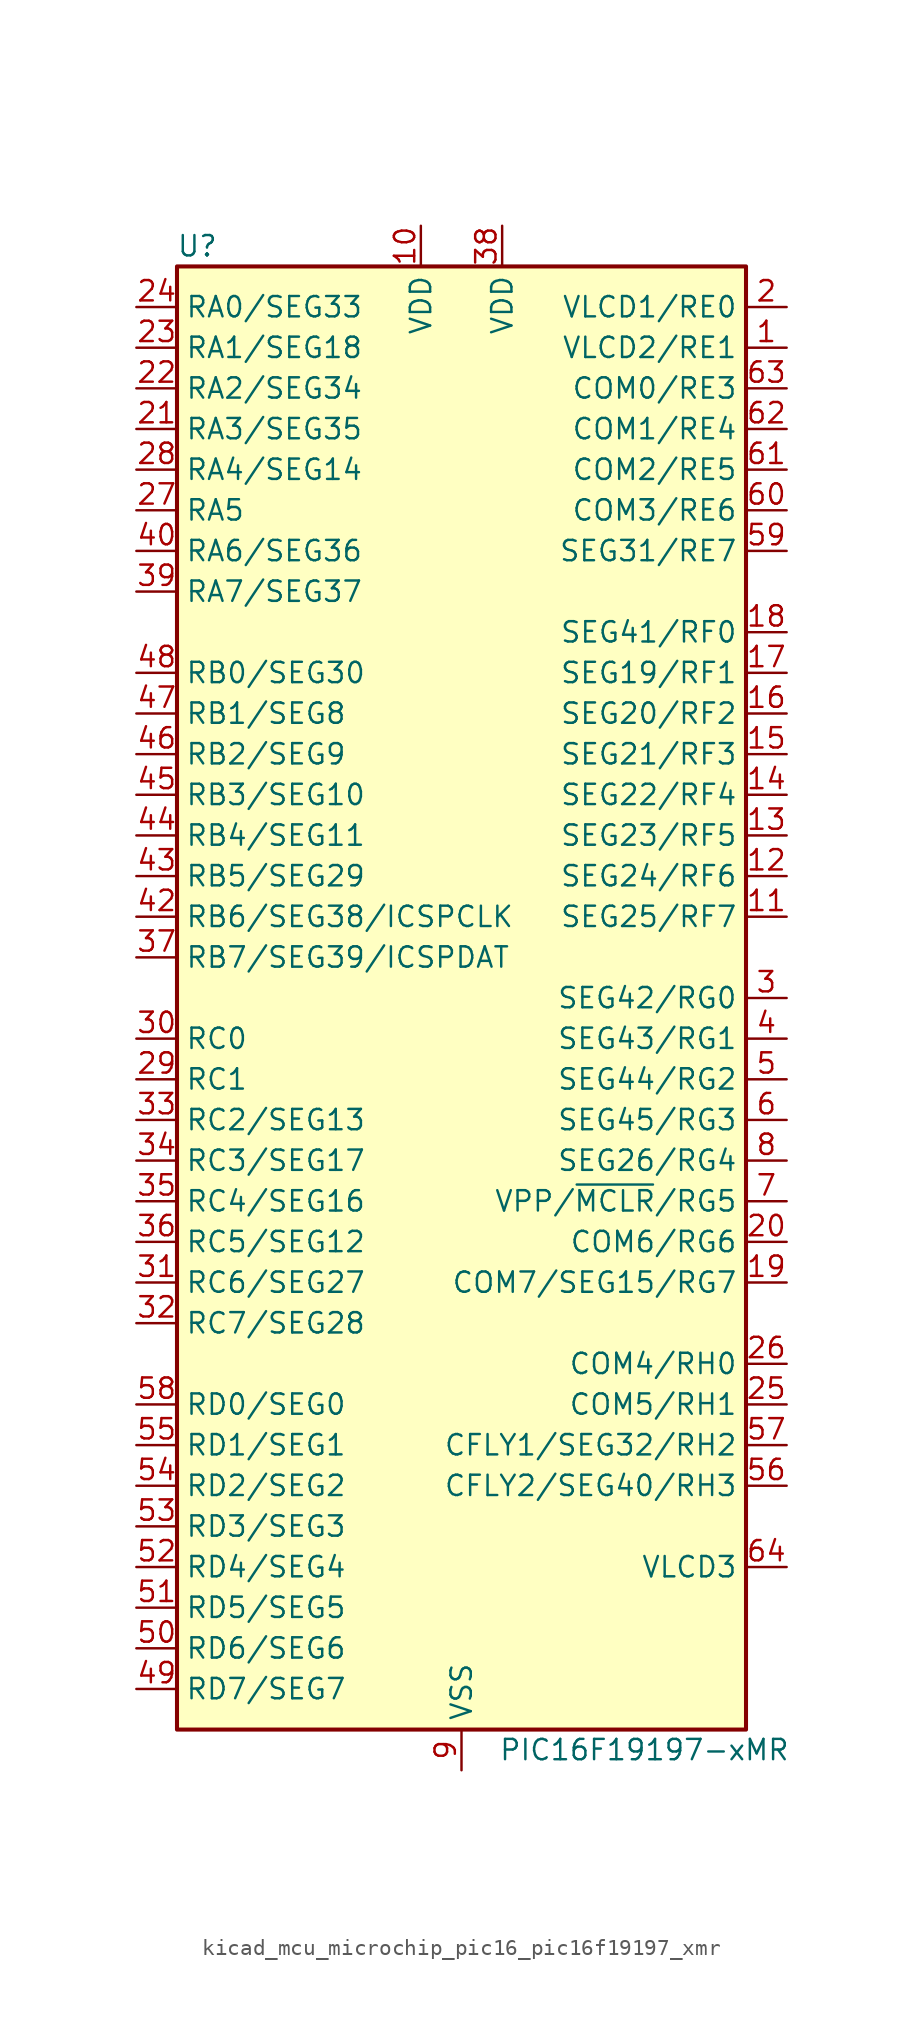
<source format=kicad_sym>
(kicad_symbol_lib
  (version 20220914)
  (generator kicad_symbol_editor)
  (symbol "kicad_mcu_microchip_pic16_pic16f19197_xmr"
    (property "Reference" "U"
      (at -16.51 46.99 0)
      (effects (font (size 1.27 1.27))))
    (property "Value" "PIC16F19197-xMR"
      (at 11.43 -46.99 0)
      (effects (font (size 1.27 1.27))))
    (symbol "kicad_mcu_microchip_pic16_pic16f19197_xmr_0_1"
      (rectangle (start -17.78 45.72) (end 17.78 -45.72) (stroke (width 0.254) (type default)) (fill (type background))))
    (symbol "kicad_mcu_microchip_pic16_pic16f19197_xmr_1_1"
      (pin bidirectional line (at 20.32 40.64 180) (length 2.54) (name "VLCD2/RE1" (effects (font (size 1.27 1.27)))) (number "1" (effects (font (size 1.27 1.27)))))
      (pin power_in line (at -2.54 48.26 270) (length 2.54) (name "VDD" (effects (font (size 1.27 1.27)))) (number "10" (effects (font (size 1.27 1.27)))))
      (pin bidirectional line (at 20.32 5.08 180) (length 2.54) (name "SEG25/RF7" (effects (font (size 1.27 1.27)))) (number "11" (effects (font (size 1.27 1.27)))))
      (pin bidirectional line (at 20.32 7.62 180) (length 2.54) (name "SEG24/RF6" (effects (font (size 1.27 1.27)))) (number "12" (effects (font (size 1.27 1.27)))))
      (pin bidirectional line (at 20.32 10.16 180) (length 2.54) (name "SEG23/RF5" (effects (font (size 1.27 1.27)))) (number "13" (effects (font (size 1.27 1.27)))))
      (pin bidirectional line (at 20.32 12.7 180) (length 2.54) (name "SEG22/RF4" (effects (font (size 1.27 1.27)))) (number "14" (effects (font (size 1.27 1.27)))))
      (pin bidirectional line (at 20.32 15.24 180) (length 2.54) (name "SEG21/RF3" (effects (font (size 1.27 1.27)))) (number "15" (effects (font (size 1.27 1.27)))))
      (pin bidirectional line (at 20.32 17.78 180) (length 2.54) (name "SEG20/RF2" (effects (font (size 1.27 1.27)))) (number "16" (effects (font (size 1.27 1.27)))))
      (pin bidirectional line (at 20.32 20.32 180) (length 2.54) (name "SEG19/RF1" (effects (font (size 1.27 1.27)))) (number "17" (effects (font (size 1.27 1.27)))))
      (pin bidirectional line (at 20.32 22.86 180) (length 2.54) (name "SEG41/RF0" (effects (font (size 1.27 1.27)))) (number "18" (effects (font (size 1.27 1.27)))))
      (pin bidirectional line (at 20.32 -17.78 180) (length 2.54) (name "COM7/SEG15/RG7" (effects (font (size 1.27 1.27)))) (number "19" (effects (font (size 1.27 1.27)))))
      (pin bidirectional line (at 20.32 43.18 180) (length 2.54) (name "VLCD1/RE0" (effects (font (size 1.27 1.27)))) (number "2" (effects (font (size 1.27 1.27)))))
      (pin bidirectional line (at 20.32 -15.24 180) (length 2.54) (name "COM6/RG6" (effects (font (size 1.27 1.27)))) (number "20" (effects (font (size 1.27 1.27)))))
      (pin bidirectional line (at -20.32 35.56 0) (length 2.54) (name "RA3/SEG35" (effects (font (size 1.27 1.27)))) (number "21" (effects (font (size 1.27 1.27)))))
      (pin bidirectional line (at -20.32 38.1 0) (length 2.54) (name "RA2/SEG34" (effects (font (size 1.27 1.27)))) (number "22" (effects (font (size 1.27 1.27)))))
      (pin bidirectional line (at -20.32 40.64 0) (length 2.54) (name "RA1/SEG18" (effects (font (size 1.27 1.27)))) (number "23" (effects (font (size 1.27 1.27)))))
      (pin bidirectional line (at -20.32 43.18 0) (length 2.54) (name "RA0/SEG33" (effects (font (size 1.27 1.27)))) (number "24" (effects (font (size 1.27 1.27)))))
      (pin bidirectional line (at 20.32 -25.4 180) (length 2.54) (name "COM5/RH1" (effects (font (size 1.27 1.27)))) (number "25" (effects (font (size 1.27 1.27)))))
      (pin bidirectional line (at 20.32 -22.86 180) (length 2.54) (name "COM4/RH0" (effects (font (size 1.27 1.27)))) (number "26" (effects (font (size 1.27 1.27)))))
      (pin bidirectional line (at -20.32 30.48 0) (length 2.54) (name "RA5" (effects (font (size 1.27 1.27)))) (number "27" (effects (font (size 1.27 1.27)))))
      (pin bidirectional line (at -20.32 33.02 0) (length 2.54) (name "RA4/SEG14" (effects (font (size 1.27 1.27)))) (number "28" (effects (font (size 1.27 1.27)))))
      (pin bidirectional line (at -20.32 -5.08 0) (length 2.54) (name "RC1" (effects (font (size 1.27 1.27)))) (number "29" (effects (font (size 1.27 1.27)))))
      (pin bidirectional line (at 20.32 0 180) (length 2.54) (name "SEG42/RG0" (effects (font (size 1.27 1.27)))) (number "3" (effects (font (size 1.27 1.27)))))
      (pin bidirectional line (at -20.32 -2.54 0) (length 2.54) (name "RC0" (effects (font (size 1.27 1.27)))) (number "30" (effects (font (size 1.27 1.27)))))
      (pin bidirectional line (at -20.32 -17.78 0) (length 2.54) (name "RC6/SEG27" (effects (font (size 1.27 1.27)))) (number "31" (effects (font (size 1.27 1.27)))))
      (pin bidirectional line (at -20.32 -20.32 0) (length 2.54) (name "RC7/SEG28" (effects (font (size 1.27 1.27)))) (number "32" (effects (font (size 1.27 1.27)))))
      (pin bidirectional line (at -20.32 -7.62 0) (length 2.54) (name "RC2/SEG13" (effects (font (size 1.27 1.27)))) (number "33" (effects (font (size 1.27 1.27)))))
      (pin bidirectional line (at -20.32 -10.16 0) (length 2.54) (name "RC3/SEG17" (effects (font (size 1.27 1.27)))) (number "34" (effects (font (size 1.27 1.27)))))
      (pin bidirectional line (at -20.32 -12.7 0) (length 2.54) (name "RC4/SEG16" (effects (font (size 1.27 1.27)))) (number "35" (effects (font (size 1.27 1.27)))))
      (pin bidirectional line (at -20.32 -15.24 0) (length 2.54) (name "RC5/SEG12" (effects (font (size 1.27 1.27)))) (number "36" (effects (font (size 1.27 1.27)))))
      (pin bidirectional line (at -20.32 2.54 0) (length 2.54) (name "RB7/SEG39/ICSPDAT" (effects (font (size 1.27 1.27)))) (number "37" (effects (font (size 1.27 1.27)))))
      (pin power_in line (at 2.54 48.26 270) (length 2.54) (name "VDD" (effects (font (size 1.27 1.27)))) (number "38" (effects (font (size 1.27 1.27)))))
      (pin bidirectional line (at -20.32 25.4 0) (length 2.54) (name "RA7/SEG37" (effects (font (size 1.27 1.27)))) (number "39" (effects (font (size 1.27 1.27)))))
      (pin bidirectional line (at 20.32 -2.54 180) (length 2.54) (name "SEG43/RG1" (effects (font (size 1.27 1.27)))) (number "4" (effects (font (size 1.27 1.27)))))
      (pin bidirectional line (at -20.32 27.94 0) (length 2.54) (name "RA6/SEG36" (effects (font (size 1.27 1.27)))) (number "40" (effects (font (size 1.27 1.27)))))
      (pin passive line (at 0 -48.26 90) (length 2.54) hide (name "VSS" (effects (font (size 1.27 1.27)))) (number "41" (effects (font (size 1.27 1.27)))))
      (pin bidirectional line (at -20.32 5.08 0) (length 2.54) (name "RB6/SEG38/ICSPCLK" (effects (font (size 1.27 1.27)))) (number "42" (effects (font (size 1.27 1.27)))))
      (pin bidirectional line (at -20.32 7.62 0) (length 2.54) (name "RB5/SEG29" (effects (font (size 1.27 1.27)))) (number "43" (effects (font (size 1.27 1.27)))))
      (pin bidirectional line (at -20.32 10.16 0) (length 2.54) (name "RB4/SEG11" (effects (font (size 1.27 1.27)))) (number "44" (effects (font (size 1.27 1.27)))))
      (pin bidirectional line (at -20.32 12.7 0) (length 2.54) (name "RB3/SEG10" (effects (font (size 1.27 1.27)))) (number "45" (effects (font (size 1.27 1.27)))))
      (pin bidirectional line (at -20.32 15.24 0) (length 2.54) (name "RB2/SEG9" (effects (font (size 1.27 1.27)))) (number "46" (effects (font (size 1.27 1.27)))))
      (pin bidirectional line (at -20.32 17.78 0) (length 2.54) (name "RB1/SEG8" (effects (font (size 1.27 1.27)))) (number "47" (effects (font (size 1.27 1.27)))))
      (pin bidirectional line (at -20.32 20.32 0) (length 2.54) (name "RB0/SEG30" (effects (font (size 1.27 1.27)))) (number "48" (effects (font (size 1.27 1.27)))))
      (pin bidirectional line (at -20.32 -43.18 0) (length 2.54) (name "RD7/SEG7" (effects (font (size 1.27 1.27)))) (number "49" (effects (font (size 1.27 1.27)))))
      (pin bidirectional line (at 20.32 -5.08 180) (length 2.54) (name "SEG44/RG2" (effects (font (size 1.27 1.27)))) (number "5" (effects (font (size 1.27 1.27)))))
      (pin bidirectional line (at -20.32 -40.64 0) (length 2.54) (name "RD6/SEG6" (effects (font (size 1.27 1.27)))) (number "50" (effects (font (size 1.27 1.27)))))
      (pin bidirectional line (at -20.32 -38.1 0) (length 2.54) (name "RD5/SEG5" (effects (font (size 1.27 1.27)))) (number "51" (effects (font (size 1.27 1.27)))))
      (pin bidirectional line (at -20.32 -35.56 0) (length 2.54) (name "RD4/SEG4" (effects (font (size 1.27 1.27)))) (number "52" (effects (font (size 1.27 1.27)))))
      (pin bidirectional line (at -20.32 -33.02 0) (length 2.54) (name "RD3/SEG3" (effects (font (size 1.27 1.27)))) (number "53" (effects (font (size 1.27 1.27)))))
      (pin bidirectional line (at -20.32 -30.48 0) (length 2.54) (name "RD2/SEG2" (effects (font (size 1.27 1.27)))) (number "54" (effects (font (size 1.27 1.27)))))
      (pin bidirectional line (at -20.32 -27.94 0) (length 2.54) (name "RD1/SEG1" (effects (font (size 1.27 1.27)))) (number "55" (effects (font (size 1.27 1.27)))))
      (pin bidirectional line (at 20.32 -30.48 180) (length 2.54) (name "CFLY2/SEG40/RH3" (effects (font (size 1.27 1.27)))) (number "56" (effects (font (size 1.27 1.27)))))
      (pin bidirectional line (at 20.32 -27.94 180) (length 2.54) (name "CFLY1/SEG32/RH2" (effects (font (size 1.27 1.27)))) (number "57" (effects (font (size 1.27 1.27)))))
      (pin bidirectional line (at -20.32 -25.4 0) (length 2.54) (name "RD0/SEG0" (effects (font (size 1.27 1.27)))) (number "58" (effects (font (size 1.27 1.27)))))
      (pin bidirectional line (at 20.32 27.94 180) (length 2.54) (name "SEG31/RE7" (effects (font (size 1.27 1.27)))) (number "59" (effects (font (size 1.27 1.27)))))
      (pin bidirectional line (at 20.32 -7.62 180) (length 2.54) (name "SEG45/RG3" (effects (font (size 1.27 1.27)))) (number "6" (effects (font (size 1.27 1.27)))))
      (pin bidirectional line (at 20.32 30.48 180) (length 2.54) (name "COM3/RE6" (effects (font (size 1.27 1.27)))) (number "60" (effects (font (size 1.27 1.27)))))
      (pin bidirectional line (at 20.32 33.02 180) (length 2.54) (name "COM2/RE5" (effects (font (size 1.27 1.27)))) (number "61" (effects (font (size 1.27 1.27)))))
      (pin bidirectional line (at 20.32 35.56 180) (length 2.54) (name "COM1/RE4" (effects (font (size 1.27 1.27)))) (number "62" (effects (font (size 1.27 1.27)))))
      (pin bidirectional line (at 20.32 38.1 180) (length 2.54) (name "COM0/RE3" (effects (font (size 1.27 1.27)))) (number "63" (effects (font (size 1.27 1.27)))))
      (pin input line (at 20.32 -35.56 180) (length 2.54) (name "VLCD3" (effects (font (size 1.27 1.27)))) (number "64" (effects (font (size 1.27 1.27)))))
      (pin passive line (at 0 -48.26 90) (length 2.54) hide (name "VSS" (effects (font (size 1.27 1.27)))) (number "65" (effects (font (size 1.27 1.27)))))
      (pin bidirectional line (at 20.32 -12.7 180) (length 2.54) (name "VPP/~{MCLR}/RG5" (effects (font (size 1.27 1.27)))) (number "7" (effects (font (size 1.27 1.27)))))
      (pin bidirectional line (at 20.32 -10.16 180) (length 2.54) (name "SEG26/RG4" (effects (font (size 1.27 1.27)))) (number "8" (effects (font (size 1.27 1.27)))))
      (pin power_in line (at 0 -48.26 90) (length 2.54) (name "VSS" (effects (font (size 1.27 1.27)))) (number "9" (effects (font (size 1.27 1.27))))))))
</source>
